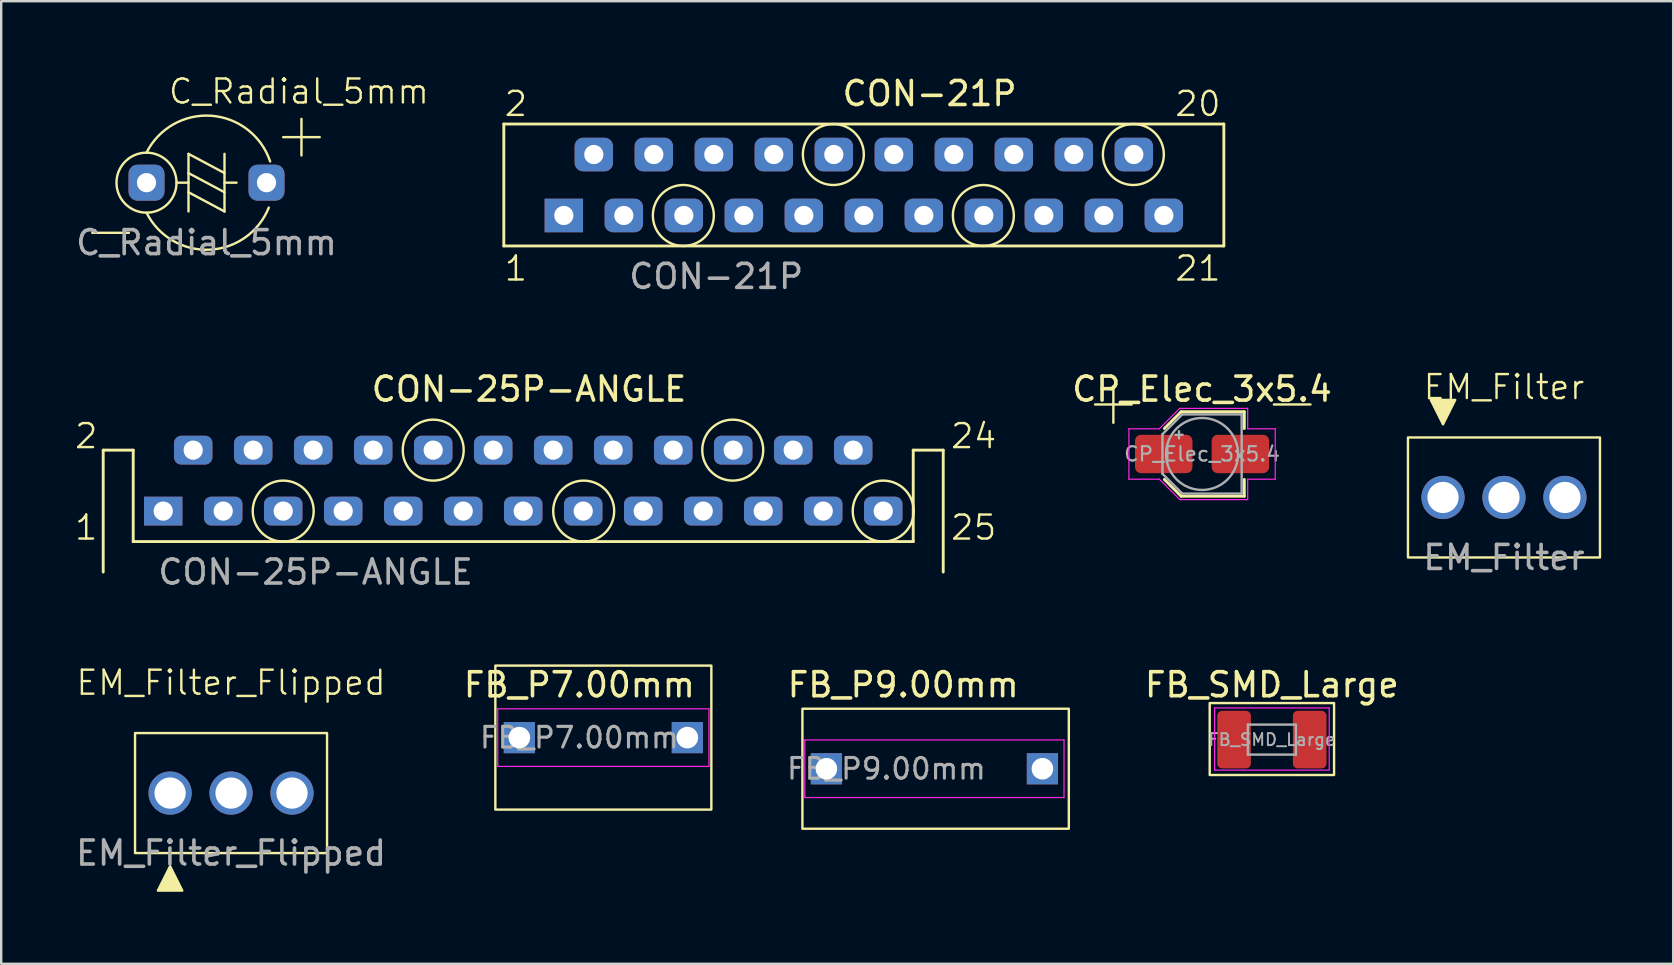
<source format=kicad_pcb>
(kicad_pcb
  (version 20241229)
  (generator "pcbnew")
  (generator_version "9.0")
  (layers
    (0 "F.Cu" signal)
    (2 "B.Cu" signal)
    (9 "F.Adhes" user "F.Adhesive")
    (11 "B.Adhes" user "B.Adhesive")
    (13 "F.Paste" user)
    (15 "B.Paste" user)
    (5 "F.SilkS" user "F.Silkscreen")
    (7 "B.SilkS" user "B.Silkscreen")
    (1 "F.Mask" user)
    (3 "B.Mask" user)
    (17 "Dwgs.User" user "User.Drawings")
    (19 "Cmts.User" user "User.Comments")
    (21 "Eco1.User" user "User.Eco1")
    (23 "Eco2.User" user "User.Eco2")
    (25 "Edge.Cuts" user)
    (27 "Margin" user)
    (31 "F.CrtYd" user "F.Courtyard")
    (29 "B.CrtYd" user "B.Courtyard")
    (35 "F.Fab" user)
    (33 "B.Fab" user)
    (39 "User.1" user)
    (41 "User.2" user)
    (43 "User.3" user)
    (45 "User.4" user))
  (footprint "CP_Elec_3x5.4"
    (layer "F.Cu")
    (at 47.035 15.865)
    (property "Reference" "CP_Elec_3x5.4" (at 0 -2.7 0) (layer "F.SilkS") (effects (font (size 1 1) (thickness 0.15))))
    (attr smd)
    (fp_line (start -1.571 -1.06) (end -0.871 -1.76) (stroke (width 0.12) (type solid)) (layer "F.SilkS"))
    (fp_line (start -1.571 1.06) (end -0.871 1.76) (stroke (width 0.12) (type solid)) (layer "F.SilkS"))
    (fp_line (start -0.871 -1.76) (end 1.76 -1.76) (stroke (width 0.12) (type solid)) (layer "F.SilkS"))
    (fp_line (start -0.871 1.76) (end 1.76 1.76) (stroke (width 0.12) (type solid)) (layer "F.SilkS"))
    (fp_line (start 1.76 -1.76) (end 1.76 -1.06) (stroke (width 0.12) (type solid)) (layer "F.SilkS"))
    (fp_line (start 1.76 1.76) (end 1.76 1.06) (stroke (width 0.12) (type solid)) (layer "F.SilkS"))
    (fp_line (start -3.048 -1.05) (end -3.048 1.05) (stroke (width 0.05) (type solid)) (layer "F.CrtYd"))
    (fp_line (start -3.048 1.05) (end -1.78 1.05) (stroke (width 0.05) (type solid)) (layer "F.CrtYd"))
    (fp_line (start -1.78 -1.05) (end -3.048 -1.05) (stroke (width 0.05) (type solid)) (layer "F.CrtYd"))
    (fp_line (start -1.78 -1.05) (end -0.93 -1.9) (stroke (width 0.05) (type solid)) (layer "F.CrtYd"))
    (fp_line (start -1.78 1.05) (end -0.93 1.9) (stroke (width 0.05) (type solid)) (layer "F.CrtYd"))
    (fp_line (start -0.93 -1.9) (end 1.9 -1.9) (stroke (width 0.05) (type solid)) (layer "F.CrtYd"))
    (fp_line (start -0.93 1.9) (end 1.9 1.9) (stroke (width 0.05) (type solid)) (layer "F.CrtYd"))
    (fp_line (start 1.9 -1.9) (end 1.9 -1.05) (stroke (width 0.05) (type solid)) (layer "F.CrtYd"))
    (fp_line (start 1.9 -1.05) (end 3.048 -1.05) (stroke (width 0.05) (type solid)) (layer "F.CrtYd"))
    (fp_line (start 1.9 1.05) (end 1.9 1.9) (stroke (width 0.05) (type solid)) (layer "F.CrtYd"))
    (fp_line (start 3.048 -1.05) (end 3.048 1.05) (stroke (width 0.05) (type solid)) (layer "F.CrtYd"))
    (fp_line (start 3.048 1.05) (end 1.9 1.05) (stroke (width 0.05) (type solid)) (layer "F.CrtYd"))
    (fp_line (start -1.65 -0.825) (end -1.65 0.825) (stroke (width 0.1) (type solid)) (layer "F.Fab"))
    (fp_line (start -1.65 -0.825) (end -0.825 -1.65) (stroke (width 0.1) (type solid)) (layer "F.Fab"))
    (fp_line (start -1.65 0.825) (end -0.825 1.65) (stroke (width 0.1) (type solid)) (layer "F.Fab"))
    (fp_line (start -1.11 -0.8) (end -0.81 -0.8) (stroke (width 0.1) (type solid)) (layer "F.Fab"))
    (fp_line (start -0.96 -0.95) (end -0.96 -0.65) (stroke (width 0.1) (type solid)) (layer "F.Fab"))
    (fp_line (start -0.825 -1.65) (end 1.65 -1.65) (stroke (width 0.1) (type solid)) (layer "F.Fab"))
    (fp_line (start -0.825 1.65) (end 1.65 1.65) (stroke (width 0.1) (type solid)) (layer "F.Fab"))
    (fp_line (start 1.65 -1.65) (end 1.65 1.65) (stroke (width 0.1) (type solid)) (layer "F.Fab"))
    (fp_circle (center 0 0) (end 1.5 0) (stroke (width 0.1) (type solid)) (fill no) (layer "F.Fab"))
    (fp_text user "-" (at 2.45 -1.05 0) (unlocked yes) (layer "F.SilkS") (effects (font (size 2 2) (thickness 0.1)) (justify left bottom)))
    (fp_text user "+" (at -5 -1.05 0) (unlocked yes) (layer "F.SilkS") (effects (font (size 2 2) (thickness 0.1)) (justify left bottom)))
    (fp_text user "${REFERENCE}" (at 0 0 0) (layer "F.Fab") (effects (font (size 0.6 0.6) (thickness 0.09))))
    (pad "1" smd roundrect (at -1.597 0) (size 2.394 1.6) (layers "F.Cu" "F.Mask" "F.Paste") (roundrect_rratio 0.156))
    (pad "2" smd roundrect (at 1.597 0) (size 2.394 1.6) (layers "F.Cu" "F.Mask" "F.Paste") (roundrect_rratio 0.156)))
  (footprint "EM_Filter_Flipped"
    (layer "F.Cu")
    (at 6.577 29.994)
    (property "Reference" "EM_Filter_Flipped" (at 0 -4.6 0) (unlocked yes) (layer "F.SilkS") (effects (font (size 1 1) (thickness 0.1))))
    (attr through_hole)
    (fp_rect (start -4 -2.5) (end 4 2.5) (stroke (width 0.1) (type default)) (fill no) (layer "F.SilkS"))
    (fp_poly (pts (xy -2.54 3.048) (xy -3.048 4.064) (xy -2.032 4.064)) (stroke (width 0.1) (type solid)) (fill yes) (layer "F.SilkS"))
    (fp_text user "${REFERENCE}" (at 0 2.5 0) (unlocked yes) (layer "F.Fab") (effects (font (size 1 1) (thickness 0.15))))
    (pad "1" thru_hole circle (at -2.54 0) (size 1.8 1.8) (drill 1.3) (layers "*.Cu" "*.Mask"))
    (pad "2" thru_hole circle (at 0 0) (size 1.8 1.8) (drill 1.3) (layers "*.Cu" "*.Mask"))
    (pad "3" thru_hole circle (at 2.54 0) (size 1.8 1.8) (drill 1.3) (layers "*.Cu" "*.Mask")))
  (footprint "FB_P7.00mm"
    (layer "F.Cu")
    (at 18.589 27.683)
    (property "Reference" "FB_P7.00mm" (at 2.5 -2.2 0) (layer "F.SilkS") (effects (font (size 1 1) (thickness 0.15))))
    (attr through_hole)
    (fp_rect (start -1 -3) (end 8 3) (stroke (width 0.1) (type default)) (fill no) (layer "F.SilkS"))
    (fp_line (start -0.9 -1.2) (end -0.9 1.2) (stroke (width 0.05) (type solid)) (layer "F.CrtYd"))
    (fp_line (start -0.9 1.2) (end 7.9 1.2) (stroke (width 0.05) (type solid)) (layer "F.CrtYd"))
    (fp_line (start 7.9 -1.2) (end -0.9 -1.2) (stroke (width 0.05) (type solid)) (layer "F.CrtYd"))
    (fp_line (start 7.9 1.2) (end 7.9 -1.2) (stroke (width 0.05) (type solid)) (layer "F.CrtYd"))
    (fp_text user "${REFERENCE}" (at 2.5 0 0) (layer "F.Fab") (effects (font (size 0.86 0.86) (thickness 0.129))))
    (pad "1" thru_hole rect (at 0 0) (size 1.3 1.3) (drill 0.9) (layers "*.Cu" "*.Mask"))
    (pad "2" thru_hole rect (at 7 0) (size 1.3 1.3) (drill 0.9) (layers "*.Cu" "*.Mask")))
  (footprint "FB_P9.00mm"
    (layer "F.Cu")
    (at 31.383 28.981)
    (property "Reference" "FB_P9.00mm" (at 3.2 -3.5 0) (layer "F.SilkS") (effects (font (size 1 1) (thickness 0.15))))
    (attr through_hole)
    (fp_rect (start -1 -2.5) (end 10.1 2.5) (stroke (width 0.1) (type default)) (fill no) (layer "F.SilkS"))
    (fp_line (start -0.9 -1.2) (end -0.9 1.2) (stroke (width 0.05) (type solid)) (layer "F.CrtYd"))
    (fp_line (start -0.9 1.2) (end 9.9 1.2) (stroke (width 0.05) (type solid)) (layer "F.CrtYd"))
    (fp_line (start 9.9 -1.2) (end -0.9 -1.2) (stroke (width 0.05) (type solid)) (layer "F.CrtYd"))
    (fp_line (start 9.9 1.2) (end 9.9 -1.2) (stroke (width 0.05) (type solid)) (layer "F.CrtYd"))
    (fp_text user "${REFERENCE}" (at 2.5 0 0) (layer "F.Fab") (effects (font (size 0.86 0.86) (thickness 0.129))))
    (pad "1" thru_hole rect (at 0 0) (size 1.3 1.3) (drill 0.9) (layers "*.Cu" "*.Mask"))
    (pad "2" thru_hole rect (at 9 0) (size 1.3 1.3) (drill 0.9) (layers "*.Cu" "*.Mask")))
  (footprint "CON-25P-ANGLE"
    (layer "F.Cu")
    (at 3.75 18.245)
    (property "Reference" "CON-25P-ANGLE" (at 15.24 -5.08 0) (layer "F.SilkS") (effects (font (size 1 1) (thickness 0.15))))
    (attr through_hole)
    (fp_line (start -2.5 -2.54) (end -2.5 2.54) (stroke (width 0.12) (type solid)) (layer "F.SilkS"))
    (fp_line (start -2.5 -2.54) (end -1.25 -2.54) (stroke (width 0.12) (type solid)) (layer "F.SilkS"))
    (fp_line (start -1.25 -2.54) (end -1.25 1.27) (stroke (width 0.12) (type solid)) (layer "F.SilkS"))
    (fp_line (start -1.25 1.27) (end 31.25 1.27) (stroke (width 0.12) (type solid)) (layer "F.SilkS"))
    (fp_line (start 31.25 1.27) (end 31.25 -2.54) (stroke (width 0.12) (type solid)) (layer "F.SilkS"))
    (fp_line (start 32.5 -2.54) (end 31.25 -2.54) (stroke (width 0.12) (type solid)) (layer "F.SilkS"))
    (fp_line (start 32.5 2.54) (end 32.5 -2.54) (stroke (width 0.12) (type solid)) (layer "F.SilkS"))
    (fp_circle (center 5 0) (end 5 -1.27) (stroke (width 0.1) (type default)) (fill no) (layer "F.SilkS"))
    (fp_circle (center 11.25 -2.54) (end 11.25 -3.81) (stroke (width 0.1) (type default)) (fill no) (layer "F.SilkS"))
    (fp_circle (center 17.52 0) (end 17.52 -1.27) (stroke (width 0.1) (type default)) (fill no) (layer "F.SilkS"))
    (fp_circle (center 23.73 -2.54) (end 23.73 -3.81) (stroke (width 0.1) (type default)) (fill no) (layer "F.SilkS"))
    (fp_circle (center 30 0) (end 30 -1.27) (stroke (width 0.1) (type default)) (fill no) (layer "F.SilkS"))
    (fp_text user "2" (at -3.75 -2.54 0) (unlocked yes) (layer "F.SilkS") (effects (font (size 1 1) (thickness 0.1)) (justify left bottom)))
    (fp_text user "25" (at 32.75 1.27 0) (unlocked yes) (layer "F.SilkS") (effects (font (size 1 1) (thickness 0.1)) (justify left bottom)))
    (fp_text user "1" (at -3.75 1.27 0) (unlocked yes) (layer "F.SilkS") (effects (font (size 1 1) (thickness 0.1)) (justify left bottom)))
    (fp_text user "24" (at 32.75 -2.54 0) (unlocked yes) (layer "F.SilkS") (effects (font (size 1 1) (thickness 0.1)) (justify left bottom)))
    (fp_text user "${REFERENCE}" (at 6.35 2.54 180) (layer "F.Fab") (effects (font (size 1 1) (thickness 0.15))))
    (pad "1" thru_hole rect (at 0 0 90) (size 1.2 1.6) (drill 0.8) (layers "*.Cu" "*.Mask"))
    (pad "2" thru_hole roundrect (at 1.25 -2.54 90) (size 1.2 1.6) (drill 0.8) (layers "*.Cu" "*.Mask") (roundrect_rratio 0.25))
    (pad "3" thru_hole roundrect (at 2.5 0 90) (size 1.2 1.6) (drill 0.8) (layers "*.Cu" "*.Mask") (roundrect_rratio 0.25))
    (pad "4" thru_hole roundrect (at 3.75 -2.54 90) (size 1.2 1.6) (drill 0.8) (layers "*.Cu" "*.Mask") (roundrect_rratio 0.25))
    (pad "5" thru_hole roundrect (at 5 0 90) (size 1.2 1.6) (drill 0.8) (layers "*.Cu" "*.Mask") (roundrect_rratio 0.25))
    (pad "6" thru_hole roundrect (at 6.25 -2.54 90) (size 1.2 1.6) (drill 0.8) (layers "*.Cu" "*.Mask") (roundrect_rratio 0.25))
    (pad "7" thru_hole roundrect (at 7.5 0 90) (size 1.2 1.6) (drill 0.8) (layers "*.Cu" "*.Mask") (roundrect_rratio 0.25))
    (pad "8" thru_hole roundrect (at 8.75 -2.54 90) (size 1.2 1.6) (drill 0.8) (layers "*.Cu" "*.Mask") (roundrect_rratio 0.25))
    (pad "9" thru_hole roundrect (at 10 0 90) (size 1.2 1.6) (drill 0.8) (layers "*.Cu" "*.Mask") (roundrect_rratio 0.25))
    (pad "10" thru_hole roundrect (at 11.25 -2.54 90) (size 1.2 1.6) (drill 0.8) (layers "*.Cu" "*.Mask") (roundrect_rratio 0.25))
    (pad "11" thru_hole roundrect (at 12.5 0 90) (size 1.2 1.6) (drill 0.8) (layers "*.Cu" "*.Mask") (roundrect_rratio 0.25))
    (pad "12" thru_hole roundrect (at 13.75 -2.54 90) (size 1.2 1.6) (drill 0.8) (layers "*.Cu" "*.Mask") (roundrect_rratio 0.25))
    (pad "13" thru_hole roundrect (at 15 0 90) (size 1.2 1.6) (drill 0.8) (layers "*.Cu" "*.Mask") (roundrect_rratio 0.25))
    (pad "14" thru_hole roundrect (at 16.25 -2.54 90) (size 1.2 1.6) (drill 0.8) (layers "*.Cu" "*.Mask") (roundrect_rratio 0.25))
    (pad "15" thru_hole roundrect (at 17.5 0 90) (size 1.2 1.6) (drill 0.8) (layers "*.Cu" "*.Mask") (roundrect_rratio 0.25))
    (pad "16" thru_hole roundrect (at 18.75 -2.54 90) (size 1.2 1.6) (drill 0.8) (layers "*.Cu" "*.Mask") (roundrect_rratio 0.25))
    (pad "17" thru_hole roundrect (at 20 0 90) (size 1.2 1.6) (drill 0.8) (layers "*.Cu" "*.Mask") (roundrect_rratio 0.25))
    (pad "18" thru_hole roundrect (at 21.25 -2.54 90) (size 1.2 1.6) (drill 0.8) (layers "*.Cu" "*.Mask") (roundrect_rratio 0.25))
    (pad "19" thru_hole roundrect (at 22.5 0 90) (size 1.2 1.6) (drill 0.8) (layers "*.Cu" "*.Mask") (roundrect_rratio 0.25))
    (pad "20" thru_hole roundrect (at 23.75 -2.54 90) (size 1.2 1.6) (drill 0.8) (layers "*.Cu" "*.Mask") (roundrect_rratio 0.25))
    (pad "21" thru_hole roundrect (at 25 0 90) (size 1.2 1.6) (drill 0.8) (layers "*.Cu" "*.Mask") (roundrect_rratio 0.25))
    (pad "22" thru_hole roundrect (at 26.25 -2.54 90) (size 1.2 1.6) (drill 0.8) (layers "*.Cu" "*.Mask") (roundrect_rratio 0.25))
    (pad "23" thru_hole roundrect (at 27.5 0 90) (size 1.2 1.6) (drill 0.8) (layers "*.Cu" "*.Mask") (roundrect_rratio 0.25))
    (pad "24" thru_hole roundrect (at 28.75 -2.54 90) (size 1.2 1.6) (drill 0.8) (layers "*.Cu" "*.Mask") (roundrect_rratio 0.25))
    (pad "25" thru_hole roundrect (at 30 0 90) (size 1.2 1.6) (drill 0.8) (layers "*.Cu" "*.Mask") (roundrect_rratio 0.25)))
  (footprint "CON-21P"
    (layer "F.Cu")
    (at 20.442 5.928)
    (property "Reference" "CON-21P" (at 15.24 -5.08 0) (layer "F.SilkS") (effects (font (size 1 1) (thickness 0.15))))
    (attr through_hole)
    (fp_line (start -2.5 -3.81) (end -2.5 1.27) (stroke (width 0.12) (type solid)) (layer "F.SilkS"))
    (fp_line (start -2.5 1.27) (end 27.5 1.27) (stroke (width 0.12) (type solid)) (layer "F.SilkS"))
    (fp_line (start 27.5 -3.81) (end -2.5 -3.81) (stroke (width 0.12) (type solid)) (layer "F.SilkS"))
    (fp_line (start 27.5 1.27) (end 27.5 -3.81) (stroke (width 0.12) (type solid)) (layer "F.SilkS"))
    (fp_circle (center 4.98 0) (end 4.98 -1.27) (stroke (width 0.1) (type default)) (fill no) (layer "F.SilkS"))
    (fp_circle (center 11.23 -2.54) (end 11.23 -3.81) (stroke (width 0.1) (type default)) (fill no) (layer "F.SilkS"))
    (fp_circle (center 17.48 0) (end 17.48 -1.27) (stroke (width 0.1) (type default)) (fill no) (layer "F.SilkS"))
    (fp_circle (center 23.73 -2.54) (end 23.73 -3.81) (stroke (width 0.1) (type default)) (fill no) (layer "F.SilkS"))
    (fp_text user "2" (at -2.54 -4.064 0) (unlocked yes) (layer "F.SilkS") (effects (font (size 1 1) (thickness 0.1)) (justify left bottom)))
    (fp_text user "21" (at 25.4 2.794 0) (unlocked yes) (layer "F.SilkS") (effects (font (size 1 1) (thickness 0.1)) (justify left bottom)))
    (fp_text user "20" (at 25.4 -4.064 0) (unlocked yes) (layer "F.SilkS") (effects (font (size 1 1) (thickness 0.1)) (justify left bottom)))
    (fp_text user "1" (at -2.54 2.794 0) (unlocked yes) (layer "F.SilkS") (effects (font (size 1 1) (thickness 0.1)) (justify left bottom)))
    (fp_text user "${REFERENCE}" (at 6.35 2.54 180) (layer "F.Fab") (effects (font (size 1 1) (thickness 0.15))))
    (pad "1" thru_hole rect (at 0 0 90) (size 1.4 1.6) (drill 0.8) (layers "*.Cu" "*.Mask"))
    (pad "2" thru_hole roundrect (at 1.25 -2.54 90) (size 1.4 1.6) (drill 0.8) (layers "*.Cu" "*.Mask") (roundrect_rratio 0.25))
    (pad "3" thru_hole roundrect (at 2.5 0 90) (size 1.4 1.6) (drill 0.8) (layers "*.Cu" "*.Mask") (roundrect_rratio 0.25))
    (pad "4" thru_hole roundrect (at 3.75 -2.54 90) (size 1.4 1.6) (drill 0.8) (layers "*.Cu" "*.Mask") (roundrect_rratio 0.25))
    (pad "5" thru_hole roundrect (at 5 0 90) (size 1.4 1.6) (drill 0.8) (layers "*.Cu" "*.Mask") (roundrect_rratio 0.25))
    (pad "6" thru_hole roundrect (at 6.25 -2.54 90) (size 1.4 1.6) (drill 0.8) (layers "*.Cu" "*.Mask") (roundrect_rratio 0.25))
    (pad "7" thru_hole roundrect (at 7.5 0 90) (size 1.4 1.6) (drill 0.8) (layers "*.Cu" "*.Mask") (roundrect_rratio 0.25))
    (pad "8" thru_hole roundrect (at 8.75 -2.54 90) (size 1.4 1.6) (drill 0.8) (layers "*.Cu" "*.Mask") (roundrect_rratio 0.25))
    (pad "9" thru_hole roundrect (at 10 0 90) (size 1.4 1.6) (drill 0.8) (layers "*.Cu" "*.Mask") (roundrect_rratio 0.25))
    (pad "10" thru_hole roundrect (at 11.25 -2.54 90) (size 1.4 1.6) (drill 0.8) (layers "*.Cu" "*.Mask") (roundrect_rratio 0.25))
    (pad "11" thru_hole roundrect (at 12.5 0 90) (size 1.4 1.6) (drill 0.8) (layers "*.Cu" "*.Mask") (roundrect_rratio 0.25))
    (pad "12" thru_hole roundrect (at 13.75 -2.54 90) (size 1.4 1.6) (drill 0.8) (layers "*.Cu" "*.Mask") (roundrect_rratio 0.25))
    (pad "13" thru_hole roundrect (at 15 0 90) (size 1.4 1.6) (drill 0.8) (layers "*.Cu" "*.Mask") (roundrect_rratio 0.25))
    (pad "14" thru_hole roundrect (at 16.25 -2.54 90) (size 1.4 1.6) (drill 0.8) (layers "*.Cu" "*.Mask") (roundrect_rratio 0.25))
    (pad "15" thru_hole roundrect (at 17.5 0 90) (size 1.4 1.6) (drill 0.8) (layers "*.Cu" "*.Mask") (roundrect_rratio 0.25))
    (pad "16" thru_hole roundrect (at 18.75 -2.54 90) (size 1.4 1.6) (drill 0.8) (layers "*.Cu" "*.Mask") (roundrect_rratio 0.25))
    (pad "17" thru_hole roundrect (at 20 0 90) (size 1.4 1.6) (drill 0.8) (layers "*.Cu" "*.Mask") (roundrect_rratio 0.25))
    (pad "18" thru_hole roundrect (at 21.25 -2.54 90) (size 1.4 1.6) (drill 0.8) (layers "*.Cu" "*.Mask") (roundrect_rratio 0.25))
    (pad "19" thru_hole roundrect (at 22.5 0 90) (size 1.4 1.6) (drill 0.8) (layers "*.Cu" "*.Mask") (roundrect_rratio 0.25))
    (pad "20" thru_hole roundrect (at 23.75 -2.54 90) (size 1.4 1.6) (drill 0.8) (layers "*.Cu" "*.Mask") (roundrect_rratio 0.25))
    (pad "21" thru_hole roundrect (at 25 0 90) (size 1.4 1.6) (drill 0.8) (layers "*.Cu" "*.Mask") (roundrect_rratio 0.25)))
  (footprint "C_Radial_5mm"
    (layer "F.Cu")
    (at 5.554 4.561)
    (property "Reference" "C_Radial_5mm" (at 3.85 -3.8 0) (unlocked yes) (layer "F.SilkS") (effects (font (size 1 1) (thickness 0.1))))
    (attr through_hole)
    (fp_line (start -1.25 0) (end -0.75 0) (stroke (width 0.1) (type solid)) (layer "F.SilkS"))
    (fp_line (start -0.75 -1.2) (end -0.75 1.2) (stroke (width 0.1) (type solid)) (layer "F.SilkS"))
    (fp_line (start -0.75 -1.2) (end 0.75 -0.4) (stroke (width 0.1) (type solid)) (layer "F.SilkS"))
    (fp_line (start -0.75 -0.4) (end 0.75 0.4) (stroke (width 0.1) (type solid)) (layer "F.SilkS"))
    (fp_line (start 0.75 -1.2) (end 0.75 1.2) (stroke (width 0.1) (type solid)) (layer "F.SilkS"))
    (fp_line (start 0.75 0) (end 1.25 0) (stroke (width 0.1) (type solid)) (layer "F.SilkS"))
    (fp_line (start 0.75 1.2) (end -0.75 0.4) (stroke (width 0.1) (type solid)) (layer "F.SilkS"))
    (fp_arc (start -2.499999 -1.25) (mid 0.198141 -2.788052) (end 2.65165 -0.883883) (stroke (width 0.1) (type solid)) (layer "F.SilkS"))
    (fp_arc (start 2.59517 1.038068) (mid 0.11616 2.792669) (end -2.499999 1.25) (stroke (width 0.1) (type solid)) (layer "F.SilkS"))
    (fp_circle (center -2.5 0) (end -1.25 0) (stroke (width 0.1) (type solid)) (fill no) (layer "F.SilkS"))
    (fp_text user "+" (at 2.652 -0.884 0) (unlocked yes) (layer "F.SilkS") (effects (font (size 2 2) (thickness 0.1)) (justify left bottom)))
    (fp_text user "-" (at -5.3 3.1 0) (unlocked yes) (layer "F.SilkS") (effects (font (size 2 2) (thickness 0.1)) (justify left bottom)))
    (fp_text user "${REFERENCE}" (at 0 2.5 0) (unlocked yes) (layer "F.Fab") (effects (font (size 1 1) (thickness 0.15))))
    (pad "1" thru_hole roundrect (at 2.5 0) (size 1.5 1.5) (drill 0.8) (layers "*.Cu" "*.Mask") (roundrect_rratio 0.25))
    (pad "2" thru_hole roundrect (at -2.5 0) (size 1.5 1.5) (drill 0.8) (layers "*.Cu" "*.Mask") (roundrect_rratio 0.25)))
  (footprint "EM_Filter"
    (layer "F.Cu")
    (at 59.614 17.677)
    (property "Reference" "EM_Filter" (at 0 -4.6 0) (unlocked yes) (layer "F.SilkS") (effects (font (size 1 1) (thickness 0.1))))
    (attr through_hole)
    (fp_rect (start -4 -2.5) (end 4 2.5) (stroke (width 0.1) (type default)) (fill no) (layer "F.SilkS"))
    (fp_poly (pts (xy -2.54 -3.048) (xy -3.048 -4.064) (xy -2.032 -4.064)) (stroke (width 0.1) (type solid)) (fill yes) (layer "F.SilkS"))
    (fp_text user "${REFERENCE}" (at 0 2.5 0) (unlocked yes) (layer "F.Fab") (effects (font (size 1 1) (thickness 0.15))))
    (pad "1" thru_hole circle (at -2.54 0) (size 1.8 1.8) (drill 1.3) (layers "*.Cu" "*.Mask"))
    (pad "2" thru_hole circle (at 0 0) (size 1.8 1.8) (drill 1.3) (layers "*.Cu" "*.Mask"))
    (pad "3" thru_hole circle (at 2.54 0) (size 1.8 1.8) (drill 1.3) (layers "*.Cu" "*.Mask")))
  (footprint "FB_SMD_Large"
    (layer "F.Cu")
    (at 49.944 27.767)
    (property "Reference" "FB_SMD_Large" (at 0 -2.286 0) (layer "F.SilkS") (effects (font (size 1 1) (thickness 0.15))))
    (attr smd)
    (fp_rect (start -2.591 -1.524) (end 2.591 1.473) (stroke (width 0.1) (type solid)) (fill no) (layer "F.SilkS"))
    (fp_line (start -2.388 -1.321) (end 2.388 -1.321) (stroke (width 0.05) (type solid)) (layer "F.CrtYd"))
    (fp_line (start -2.388 1.27) (end -2.388 -1.321) (stroke (width 0.05) (type solid)) (layer "F.CrtYd"))
    (fp_line (start 2.388 -1.321) (end 2.388 1.27) (stroke (width 0.05) (type solid)) (layer "F.CrtYd"))
    (fp_line (start 2.388 1.27) (end -2.388 1.27) (stroke (width 0.05) (type solid)) (layer "F.CrtYd"))
    (fp_line (start -1 -0.625) (end 1 -0.625) (stroke (width 0.1) (type solid)) (layer "F.Fab"))
    (fp_line (start -1 0.625) (end -1 -0.625) (stroke (width 0.1) (type solid)) (layer "F.Fab"))
    (fp_line (start 1 -0.625) (end 1 0.625) (stroke (width 0.1) (type solid)) (layer "F.Fab"))
    (fp_line (start 1 0.625) (end -1 0.625) (stroke (width 0.1) (type solid)) (layer "F.Fab"))
    (fp_text user "${REFERENCE}" (at 0 0 0) (layer "F.Fab") (effects (font (size 0.5 0.5) (thickness 0.08))))
    (pad "1" smd roundrect (at -1.575 0) (size 1.4 2.4) (layers "F.Cu" "F.Mask" "F.Paste") (roundrect_rratio 0.143))
    (pad "2" smd roundrect (at 1.575 0) (size 1.4 2.4) (layers "F.Cu" "F.Mask" "F.Paste") (roundrect_rratio 0.143)))
  (gr_rect
    (start -3 -3)
    (end 66.664 37.108)
    (stroke (width 0.1) (type default))
    (fill no)
    (layer "Edge.Cuts")))
</source>
